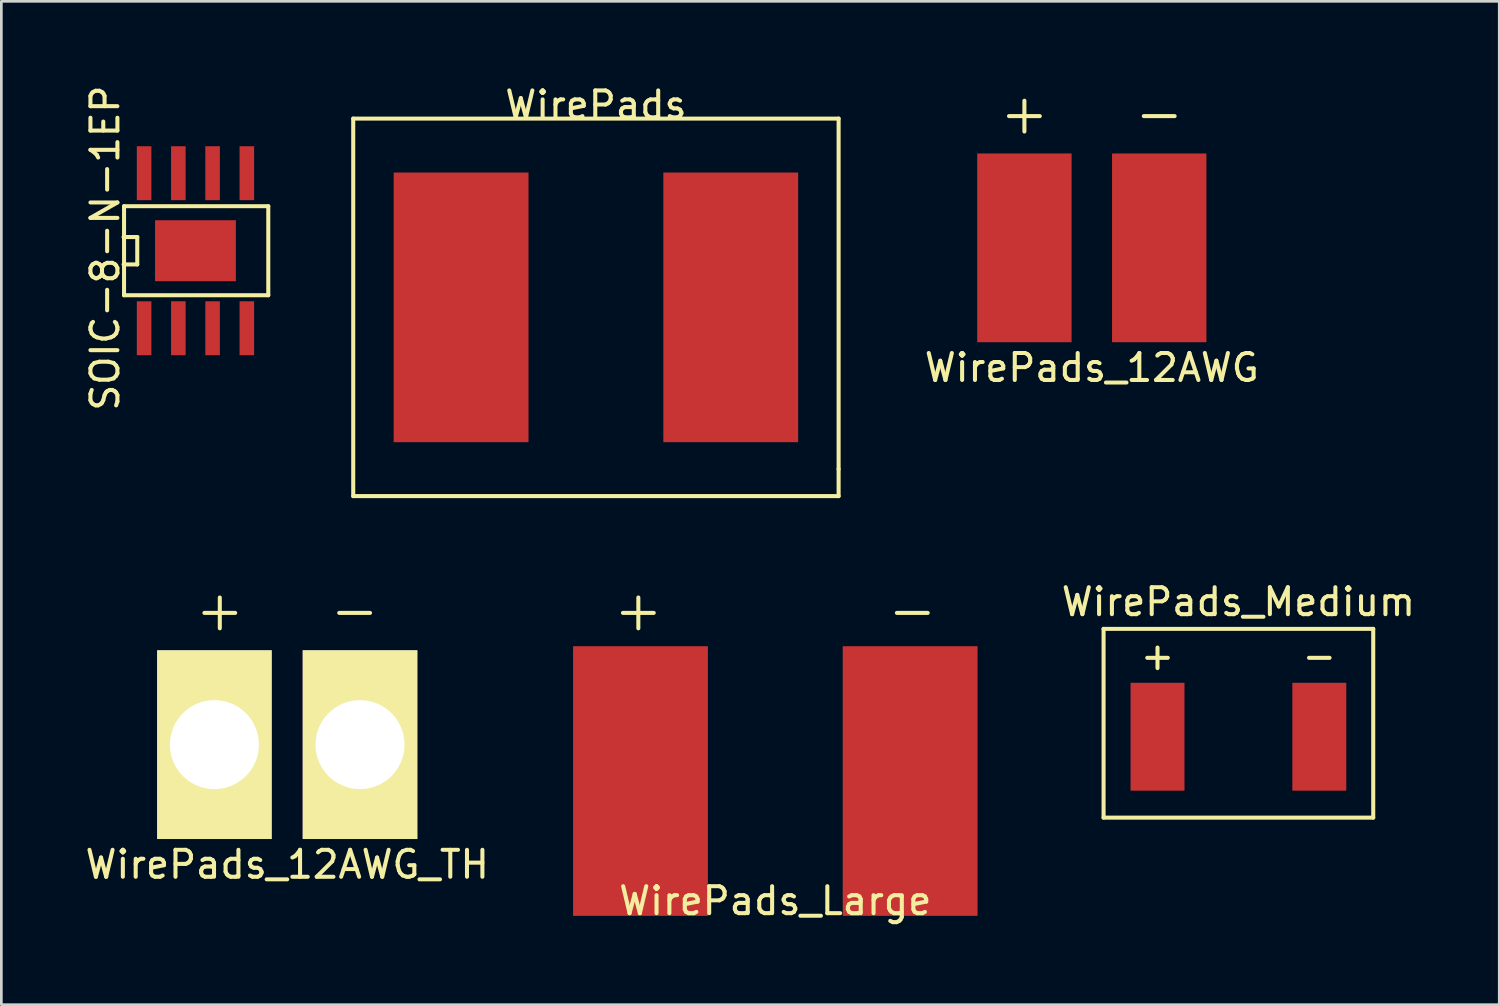
<source format=kicad_pcb>
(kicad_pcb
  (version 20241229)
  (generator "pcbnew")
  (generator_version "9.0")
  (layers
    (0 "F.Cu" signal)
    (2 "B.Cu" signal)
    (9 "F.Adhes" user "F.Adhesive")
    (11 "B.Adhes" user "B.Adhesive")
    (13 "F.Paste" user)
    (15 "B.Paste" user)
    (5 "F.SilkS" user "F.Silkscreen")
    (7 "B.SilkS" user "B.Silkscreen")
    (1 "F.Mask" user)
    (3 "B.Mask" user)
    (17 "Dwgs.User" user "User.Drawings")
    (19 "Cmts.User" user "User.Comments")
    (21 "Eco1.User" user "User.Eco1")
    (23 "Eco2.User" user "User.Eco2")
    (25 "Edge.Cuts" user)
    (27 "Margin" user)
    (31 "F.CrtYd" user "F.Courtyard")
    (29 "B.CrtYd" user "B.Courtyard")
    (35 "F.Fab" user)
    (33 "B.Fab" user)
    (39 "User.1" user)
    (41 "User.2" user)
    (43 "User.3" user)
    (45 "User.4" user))
  (footprint "SOIC-8-N-1EP"
    (layer "F.Cu")
    (at 4.199 6.248)
    (property "Reference" "SOIC-8-N-1EP" (at -3.35 -0.099 90) (layer "F.SilkS") (effects (font (size 1 1) (thickness 0.15))))
    (attr smd)
    (fp_line (start -2.667 -0.508) (end -2.159 -0.508) (stroke (width 0.15) (type solid)) (layer "F.SilkS"))
    (fp_line (start -2.649 -1.651) (end -2.649 1.651) (stroke (width 0.15) (type solid)) (layer "F.SilkS"))
    (fp_line (start -2.649 -1.651) (end 2.7 -1.651) (stroke (width 0.15) (type solid)) (layer "F.SilkS"))
    (fp_line (start -2.159 -0.508) (end -2.159 0.508) (stroke (width 0.15) (type solid)) (layer "F.SilkS"))
    (fp_line (start -2.159 0.508) (end -2.667 0.508) (stroke (width 0.15) (type solid)) (layer "F.SilkS"))
    (fp_line (start 2.7 -1.651) (end 2.7 1.651) (stroke (width 0.15) (type solid)) (layer "F.SilkS"))
    (fp_line (start 2.7 1.651) (end -2.649 1.651) (stroke (width 0.15) (type solid)) (layer "F.SilkS"))
    (pad "1" smd rect (at -1.905 2.875) (size 0.54 2) (layers "F.Cu" "F.Mask" "F.Paste"))
    (pad "2" smd rect (at -0.635 2.875) (size 0.54 2) (layers "F.Cu" "F.Mask" "F.Paste"))
    (pad "3" smd rect (at 0.635 2.875) (size 0.54 2) (layers "F.Cu" "F.Mask" "F.Paste"))
    (pad "4" smd rect (at 1.905 2.875) (size 0.54 2) (layers "F.Cu" "F.Mask" "F.Paste"))
    (pad "5" smd rect (at 1.905 -2.875) (size 0.54 2) (layers "F.Cu" "F.Mask" "F.Paste"))
    (pad "6" smd rect (at 0.635 -2.875) (size 0.54 2) (layers "F.Cu" "F.Mask" "F.Paste"))
    (pad "7" smd rect (at -0.635 -2.875) (size 0.54 2) (layers "F.Cu" "F.Mask" "F.Paste"))
    (pad "8" smd rect (at -1.905 -2.875) (size 0.54 2) (layers "F.Cu" "F.Mask" "F.Paste"))
    (pad "9" smd rect (at 0 0) (size 2.997 2.261) (layers "F.Cu" "F.Mask" "F.Paste")))
  (footprint "WirePads_Large"
    (layer "F.Cu")
    (at 25.702 25.914)
    (property "Reference" "WirePads_Large" (at 0 4.445 0) (layer "F.SilkS") (effects (font (size 1 1) (thickness 0.15))))
    (attr through_hole)
    (fp_text user "+" (at -5.08 -6.35 0) (layer "F.SilkS") (effects (font (size 1.5 1.5) (thickness 0.15))))
    (fp_text user "-" (at 5.08 -6.35 0) (layer "F.SilkS") (effects (font (size 1.5 1.5) (thickness 0.15))))
    (pad "+" smd rect (at -5 0) (size 5 10) (layers "F.Cu" "F.Mask" "F.Paste"))
    (pad "-" smd rect (at 5 0) (size 5 10) (layers "F.Cu" "F.Mask" "F.Paste")))
  (footprint "WirePads_Medium"
    (layer "F.Cu")
    (at 42.875 24.271)
    (property "Reference" "WirePads_Medium" (at 0 -5 0) (layer "F.SilkS") (effects (font (size 1 1) (thickness 0.15))))
    (attr through_hole)
    (fp_line (start -5 -4) (end 5 -4) (stroke (width 0.15) (type solid)) (layer "F.SilkS"))
    (fp_line (start -5 3) (end -5 -4) (stroke (width 0.15) (type solid)) (layer "F.SilkS"))
    (fp_line (start 5 -4) (end 5 3) (stroke (width 0.15) (type solid)) (layer "F.SilkS"))
    (fp_line (start 5 3) (end -5 3) (stroke (width 0.15) (type solid)) (layer "F.SilkS"))
    (fp_text user "+" (at -3 -3 0) (layer "F.SilkS") (effects (font (size 1 1) (thickness 0.15))))
    (fp_text user "-" (at 3 -3 0) (layer "F.SilkS") (effects (font (size 1 1) (thickness 0.15))))
    (pad "+" smd rect (at -3 0) (size 2 4) (layers "F.Cu" "F.Mask" "F.Paste"))
    (pad "-" smd rect (at 3 0) (size 2 4) (layers "F.Cu" "F.Mask" "F.Paste")))
  (footprint "WirePads"
    (layer "F.Cu")
    (at 19.049 8.348)
    (property "Reference" "WirePads" (at 0 -7.5 0) (layer "F.SilkS") (effects (font (size 1 1) (thickness 0.15))))
    (attr through_hole)
    (fp_line (start -9 -7) (end 9 -7) (stroke (width 0.15) (type solid)) (layer "F.SilkS"))
    (fp_line (start -9 7) (end -9 -7) (stroke (width 0.15) (type solid)) (layer "F.SilkS"))
    (fp_line (start 9 -7) (end 9 6) (stroke (width 0.15) (type solid)) (layer "F.SilkS"))
    (fp_line (start 9 6) (end 9 7) (stroke (width 0.15) (type solid)) (layer "F.SilkS"))
    (fp_line (start 9 7) (end -9 7) (stroke (width 0.15) (type solid)) (layer "F.SilkS"))
    (pad "+" smd rect (at -5 0) (size 5 10) (layers "F.Cu" "F.Mask" "F.Paste"))
    (pad "-" smd rect (at 5 0) (size 5 10) (layers "F.Cu" "F.Mask" "F.Paste")))
  (footprint "WirePads_12AWG_TH"
    (layer "F.Cu")
    (at 7.601 24.564)
    (property "Reference" "WirePads_12AWG_TH" (at 0 4.445 0) (layer "F.SilkS") (effects (font (size 1 1) (thickness 0.15))))
    (attr through_hole)
    (fp_text user "-" (at 2.5 -5 0) (layer "F.SilkS") (effects (font (size 1.5 1.5) (thickness 0.15))))
    (fp_text user "+" (at -2.5 -5 0) (layer "F.SilkS") (effects (font (size 1.5 1.5) (thickness 0.15))))
    (pad "+" thru_hole rect (at -2.7 0) (size 4.25 7) (drill 3.3) (layers "*.Cu" "*.Mask" "F.SilkS"))
    (pad "-" thru_hole rect (at 2.7 0) (size 4.25 7) (drill 3.3) (layers "*.Cu" "*.Mask" "F.SilkS")))
  (footprint "WirePads_12AWG"
    (layer "F.Cu")
    (at 37.439 6.141)
    (property "Reference" "WirePads_12AWG" (at 0 4.445 0) (layer "F.SilkS") (effects (font (size 1 1) (thickness 0.15))))
    (attr through_hole)
    (fp_text user "+" (at -2.5 -5 0) (layer "F.SilkS") (effects (font (size 1.5 1.5) (thickness 0.15))))
    (fp_text user "-" (at 2.5 -5 0) (layer "F.SilkS") (effects (font (size 1.5 1.5) (thickness 0.15))))
    (pad "+" smd rect (at -2.5 0) (size 3.5 7) (layers "F.Cu" "F.Mask" "F.Paste"))
    (pad "-" smd rect (at 2.5 0) (size 3.5 7) (layers "F.Cu" "F.Mask" "F.Paste")))
  (gr_rect
    (start -3 -3)
    (end 52.548 34.207)
    (stroke (width 0.1) (type default))
    (fill no)
    (layer "Edge.Cuts")))
</source>
